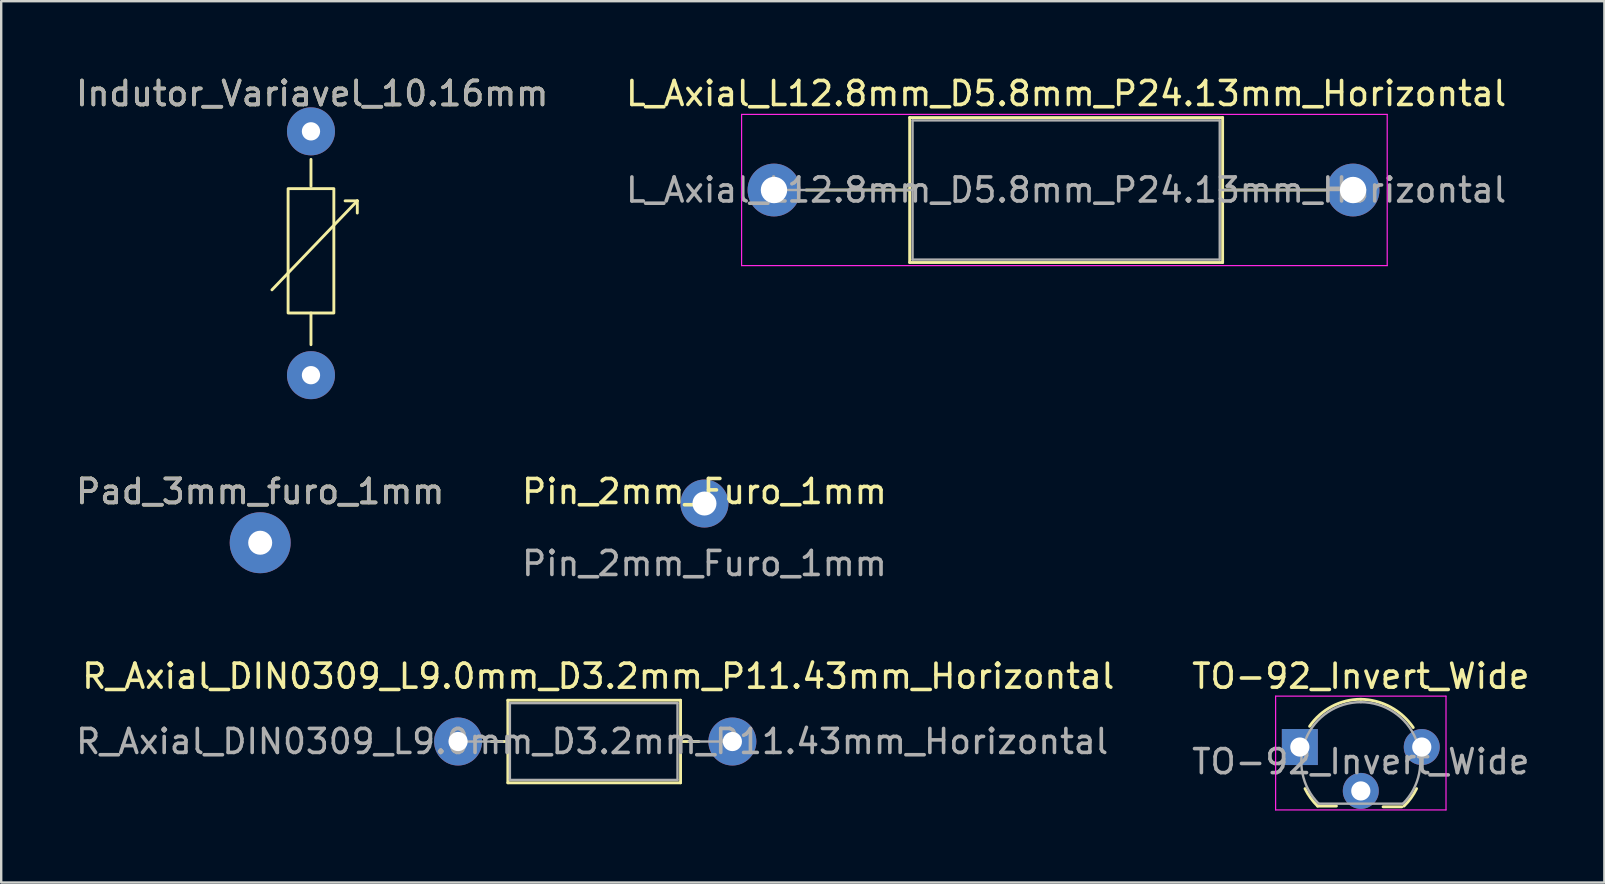
<source format=kicad_pcb>
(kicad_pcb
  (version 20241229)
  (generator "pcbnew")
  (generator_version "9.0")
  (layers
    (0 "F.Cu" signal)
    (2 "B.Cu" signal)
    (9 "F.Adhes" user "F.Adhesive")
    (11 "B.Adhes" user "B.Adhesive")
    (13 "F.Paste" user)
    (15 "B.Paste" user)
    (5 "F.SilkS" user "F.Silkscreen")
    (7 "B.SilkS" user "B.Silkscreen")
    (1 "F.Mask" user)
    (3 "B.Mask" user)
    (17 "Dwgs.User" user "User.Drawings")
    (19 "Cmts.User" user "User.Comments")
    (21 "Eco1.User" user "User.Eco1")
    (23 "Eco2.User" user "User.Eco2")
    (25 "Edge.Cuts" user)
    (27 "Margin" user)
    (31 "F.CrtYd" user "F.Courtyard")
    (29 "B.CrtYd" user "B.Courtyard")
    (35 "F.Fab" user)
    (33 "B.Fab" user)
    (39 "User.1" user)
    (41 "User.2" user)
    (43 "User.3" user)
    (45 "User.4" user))
  (footprint "Pad_3mm_furo_1mm"
    (layer "F.Cu")
    (at 7.792 19.565)
    (property "Reference" "Pad_3mm_furo_1mm" (at 0 -2.134 0) (unlocked yes) (layer "F.SilkS") (effects (font (size 1 1) (thickness 0.15))))
    (attr through_hole)
    (fp_text user "${REFERENCE}" (at 0 -2.134 0) (unlocked yes) (layer "F.Fab") (effects (font (size 1 1) (thickness 0.15))))
    (pad "1" thru_hole circle (at 0 0) (size 2.54 2.54) (drill 1) (layers "*.Cu" "*.Mask")))
  (footprint "Indutor_Variavel_10.16mm"
    (layer "F.Cu")
    (at 9.908 2.423)
    (property "Reference" "Indutor_Variavel_10.16mm" (at 0.051 -1.575 0) (unlocked yes) (layer "F.SilkS") (effects (font (size 1 1) (thickness 0.15))))
    (attr through_hole)
    (fp_line (start -1.626 6.604) (end 1.93 2.896) (stroke (width 0.12) (type solid)) (layer "F.SilkS"))
    (fp_line (start 0 2.286) (end 0 1.168) (stroke (width 0.12) (type solid)) (layer "F.SilkS"))
    (fp_line (start 0 7.569) (end 0 8.89) (stroke (width 0.12) (type solid)) (layer "F.SilkS"))
    (fp_line (start 1.422 2.896) (end 1.93 2.896) (stroke (width 0.12) (type solid)) (layer "F.SilkS"))
    (fp_line (start 1.93 2.896) (end 1.93 3.404) (stroke (width 0.12) (type solid)) (layer "F.SilkS"))
    (fp_rect (start -0.953 2.388) (end 0.953 7.569) (stroke (width 0.12) (type solid)) (fill no) (layer "F.SilkS"))
    (fp_text user "${REFERENCE}" (at 0.051 -1.575 0) (unlocked yes) (layer "F.Fab") (effects (font (size 1 1) (thickness 0.15))))
    (pad "1" thru_hole circle (at 0 0) (size 2 2) (drill 0.762) (layers "*.Cu" "*.Mask"))
    (pad "2" thru_hole circle (at 0 10.16) (size 2 2) (drill 0.762) (layers "*.Cu" "*.Mask")))
  (footprint "TO-92_Invert_Wide"
    (layer "F.Cu")
    (at 51.113 28.688)
    (property "Reference" "TO-92_Invert_Wide" (at 2.54 -3.56 0) (layer "F.SilkS") (effects (font (size 1 1) (thickness 0.15))))
    (attr through_hole)
    (fp_line (start 0.74 1.85) (end 1.524 1.85) (stroke (width 0.12) (type solid)) (layer "F.SilkS"))
    (fp_line (start 3.469 1.88) (end 4.253 1.88) (stroke (width 0.12) (type solid)) (layer "F.SilkS"))
    (fp_arc (start 0.4064 -1.4732) (mid 1.333567 -2.300996) (end 2.54 -2.6) (stroke (width 0.12) (type solid)) (layer "F.SilkS"))
    (fp_arc (start 0.74 1.85) (mid 0.446097 1.509328) (end 0.215816 1.122795) (stroke (width 0.12) (type solid)) (layer "F.SilkS"))
    (fp_arc (start 2.54 -2.6) (mid 3.770139 -2.279595) (end 4.7244 -1.4224) (stroke (width 0.12) (type solid)) (layer "F.SilkS"))
    (fp_arc (start 4.864184 1.122795) (mid 4.633903 1.509328) (end 4.34 1.85) (stroke (width 0.12) (type solid)) (layer "F.SilkS"))
    (fp_line (start -1.01 -2.73) (end -1.01 2.01) (stroke (width 0.05) (type solid)) (layer "F.CrtYd"))
    (fp_line (start -1.01 -2.73) (end 6.09 -2.73) (stroke (width 0.05) (type solid)) (layer "F.CrtYd"))
    (fp_line (start 6.09 2.01) (end -1.01 2.01) (stroke (width 0.05) (type solid)) (layer "F.CrtYd"))
    (fp_line (start 6.09 2.01) (end 6.09 -2.73) (stroke (width 0.05) (type solid)) (layer "F.CrtYd"))
    (fp_line (start 0.8 1.75) (end 4.3 1.75) (stroke (width 0.1) (type solid)) (layer "F.Fab"))
    (fp_arc (start 0.786375 1.753625) (mid 0.248779 -0.949055) (end 2.54 -2.48) (stroke (width 0.1) (type solid)) (layer "F.Fab"))
    (fp_arc (start 2.54 -2.48) (mid 4.831221 -0.949055) (end 4.293625 1.753625) (stroke (width 0.1) (type solid)) (layer "F.Fab"))
    (fp_text user "${REFERENCE}" (at 2.54 0 0) (layer "F.Fab") (effects (font (size 1 1) (thickness 0.15))))
    (pad "1" thru_hole rect (at 0 -0.61) (size 1.5 1.5) (drill 0.8) (layers "*.Cu" "*.Mask"))
    (pad "2" thru_hole circle (at 2.54 1.219) (size 1.5 1.5) (drill 0.8) (layers "*.Cu" "*.Mask"))
    (pad "3" thru_hole circle (at 5.08 -0.61) (size 1.5 1.5) (drill 0.8) (layers "*.Cu" "*.Mask")))
  (footprint "Pin_2mm_Furo_1mm"
    (layer "F.Cu")
    (at 26.304 17.931)
    (property "Reference" "Pin_2mm_Furo_1mm" (at 0 -0.5 0) (unlocked yes) (layer "F.SilkS") (effects (font (size 1 1) (thickness 0.15))))
    (attr through_hole)
    (fp_text user "${REFERENCE}" (at 0 2.5 0) (unlocked yes) (layer "F.Fab") (effects (font (size 1 1) (thickness 0.15))))
    (pad "1" thru_hole circle (at 0 0) (size 2 2) (drill 1) (layers "*.Cu" "*.Mask")))
  (footprint "R_Axial_DIN0309_L9.0mm_D3.2mm_P11.43mm_Horizontal"
    (layer "F.Cu")
    (at 16.037 27.848)
    (property "Reference" "R_Axial_DIN0309_L9.0mm_D3.2mm_P11.43mm_Horizontal" (at 5.842 -2.72 0) (layer "F.SilkS") (effects (font (size 1 1) (thickness 0.15))))
    (attr through_hole)
    (fp_line (start 1.385 0) (end 2.075 0) (stroke (width 0.12) (type solid)) (layer "F.SilkS"))
    (fp_line (start 2.075 -1.72) (end 2.075 1.72) (stroke (width 0.12) (type solid)) (layer "F.SilkS"))
    (fp_line (start 2.075 1.72) (end 9.271 1.72) (stroke (width 0.12) (type solid)) (layer "F.SilkS"))
    (fp_line (start 9.271 -1.72) (end 2.075 -1.72) (stroke (width 0.12) (type solid)) (layer "F.SilkS"))
    (fp_line (start 9.271 1.72) (end 9.271 -1.72) (stroke (width 0.12) (type solid)) (layer "F.SilkS"))
    (fp_line (start 10.033 0) (end 9.343 0) (stroke (width 0.12) (type solid)) (layer "F.SilkS"))
    (fp_line (start 0 0) (end 1.85 0) (stroke (width 0.1) (type solid)) (layer "F.Fab"))
    (fp_line (start 2.159 -1.6) (end 2.159 1.6) (stroke (width 0.1) (type solid)) (layer "F.Fab"))
    (fp_line (start 2.159 1.6) (end 9.144 1.6) (stroke (width 0.1) (type solid)) (layer "F.Fab"))
    (fp_line (start 9.144 -1.6) (end 2.159 -1.6) (stroke (width 0.1) (type solid)) (layer "F.Fab"))
    (fp_line (start 9.144 1.6) (end 9.144 -1.6) (stroke (width 0.1) (type solid)) (layer "F.Fab"))
    (fp_line (start 11.466 0) (end 9.616 0) (stroke (width 0.1) (type solid)) (layer "F.Fab"))
    (fp_text user "${REFERENCE}" (at 5.588 0 0) (layer "F.Fab") (effects (font (size 1 1) (thickness 0.15))))
    (pad "1" thru_hole circle (at 0 0) (size 2 2) (drill 0.8) (layers "*.Cu" "*.Mask"))
    (pad "2" thru_hole circle (at 11.43 0) (size 2 2) (drill 0.8) (layers "*.Cu" "*.Mask")))
  (footprint "L_Axial_L12.8mm_D5.8mm_P24.13mm_Horizontal"
    (layer "F.Cu")
    (at 29.201 4.868)
    (property "Reference" "L_Axial_L12.8mm_D5.8mm_P24.13mm_Horizontal" (at 12.174 -4.02 0) (layer "F.SilkS") (effects (font (size 1 1) (thickness 0.15))))
    (attr through_hole)
    (fp_line (start 1.34 0) (end 5.654 0) (stroke (width 0.12) (type solid)) (layer "F.SilkS"))
    (fp_line (start 5.654 -3.02) (end 5.654 3.02) (stroke (width 0.12) (type solid)) (layer "F.SilkS"))
    (fp_line (start 5.654 3.02) (end 18.694 3.02) (stroke (width 0.12) (type solid)) (layer "F.SilkS"))
    (fp_line (start 18.694 -3.02) (end 5.654 -3.02) (stroke (width 0.12) (type solid)) (layer "F.SilkS"))
    (fp_line (start 18.694 3.02) (end 18.694 -3.02) (stroke (width 0.12) (type solid)) (layer "F.SilkS"))
    (fp_line (start 22.976 0) (end 18.694 0) (stroke (width 0.12) (type solid)) (layer "F.SilkS"))
    (fp_line (start -1.35 -3.15) (end -1.35 3.15) (stroke (width 0.05) (type solid)) (layer "F.CrtYd"))
    (fp_line (start -1.35 3.15) (end 25.552 3.15) (stroke (width 0.05) (type solid)) (layer "F.CrtYd"))
    (fp_line (start 25.552 -3.15) (end -1.35 -3.15) (stroke (width 0.05) (type solid)) (layer "F.CrtYd"))
    (fp_line (start 25.552 3.15) (end 25.552 -3.15) (stroke (width 0.05) (type solid)) (layer "F.CrtYd"))
    (fp_line (start 0 0) (end 5.774 0) (stroke (width 0.1) (type solid)) (layer "F.Fab"))
    (fp_line (start 5.774 -2.9) (end 5.774 2.9) (stroke (width 0.1) (type solid)) (layer "F.Fab"))
    (fp_line (start 5.774 2.9) (end 18.574 2.9) (stroke (width 0.1) (type solid)) (layer "F.Fab"))
    (fp_line (start 18.574 -2.9) (end 5.774 -2.9) (stroke (width 0.1) (type solid)) (layer "F.Fab"))
    (fp_line (start 18.574 2.9) (end 18.574 -2.9) (stroke (width 0.1) (type solid)) (layer "F.Fab"))
    (fp_line (start 24.13 0) (end 18.574 0) (stroke (width 0.1) (type solid)) (layer "F.Fab"))
    (fp_text user "${REFERENCE}" (at 12.174 0 0) (layer "F.Fab") (effects (font (size 1 1) (thickness 0.15))))
    (pad "1" thru_hole circle (at 0 0) (size 2.2 2.2) (drill 1.1) (layers "*.Cu" "*.Mask"))
    (pad "2" thru_hole oval (at 24.13 0) (size 2.2 2.2) (drill 1.1) (layers "*.Cu" "*.Mask")))
  (gr_rect
    (start -3 -3)
    (end 63.802 33.723)
    (stroke (width 0.1) (type default))
    (fill no)
    (layer "Edge.Cuts")))
</source>
